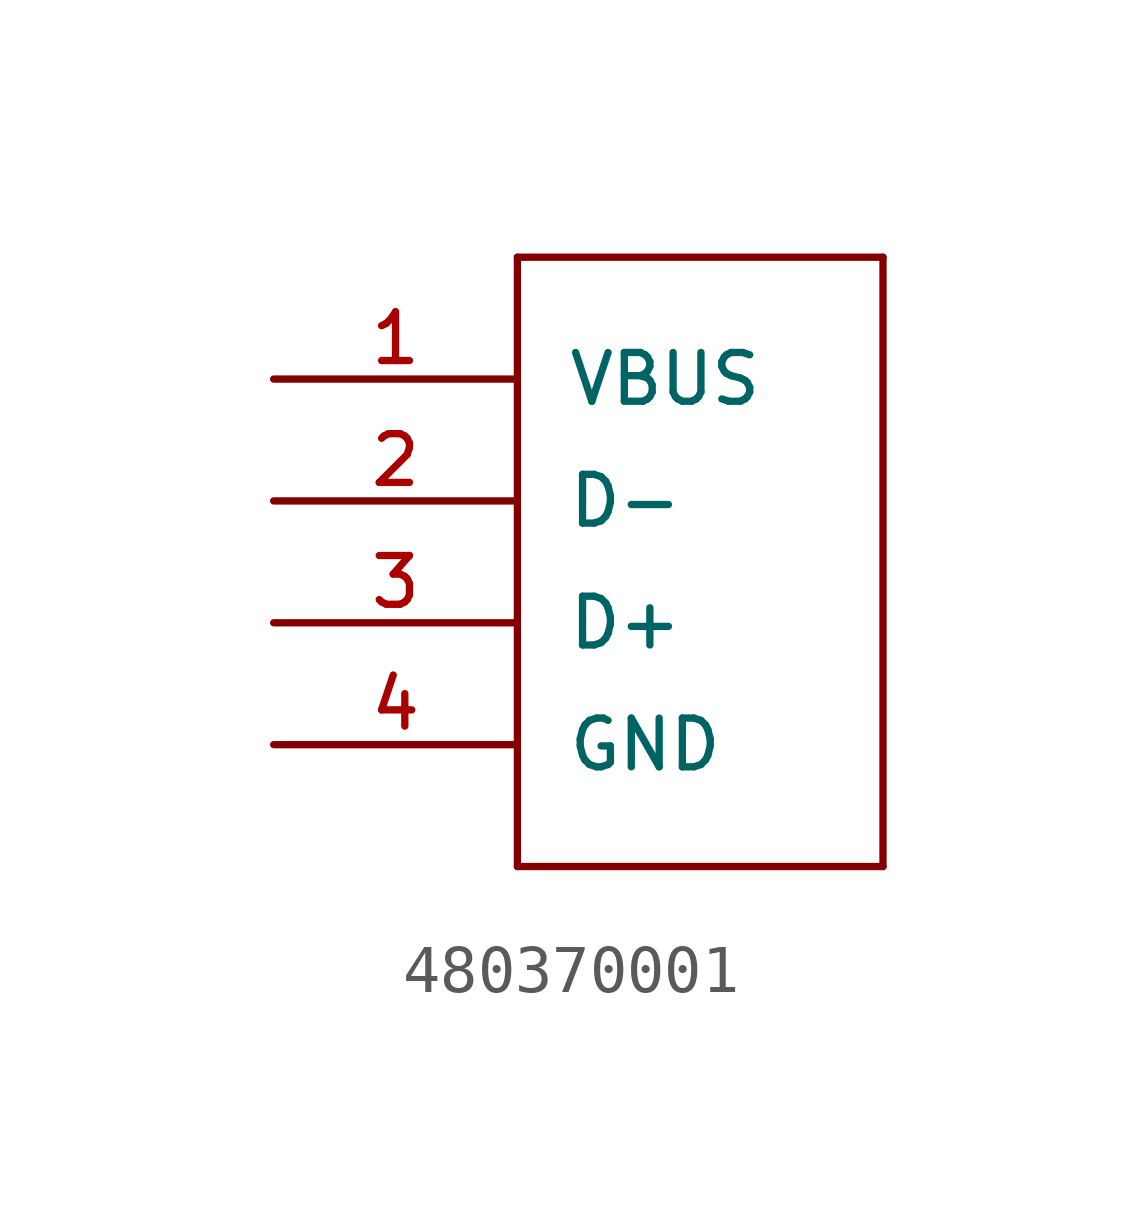
<source format=kicad_sym>
(kicad_symbol_lib
  (version 20241209)
  (generator "kicad_symbol_editor")
  (generator_version "9.0")
  (symbol "480370001"
    (pin_names
      (offset 1.016))
    (property "Reference" "J"
      (at 4.166 5.309 0)
      (effects (font (size 1.27 1.27)) (justify left bottom) (hide yes)))
    (symbol "480370001_0_0"
      (polyline (pts (xy -5.08 2.54) (xy -5.08 -10.16)) (stroke (width 0.152) (type default)) (fill (type none)))
      (polyline (pts (xy -5.08 -10.16) (xy 2.54 -10.16)) (stroke (width 0.152) (type default)) (fill (type none)))
      (polyline (pts (xy 2.54 2.54) (xy -5.08 2.54)) (stroke (width 0.152) (type default)) (fill (type none)))
      (polyline (pts (xy 2.54 -10.16) (xy 2.54 2.54)) (stroke (width 0.152) (type default)) (fill (type none))))
    (symbol "480370001_1_0"
      (pin power_out line (at -10.16 0 0) (length 5.08) (name "VBUS" (effects (font (size 1.016 1.016)))) (number "1" (effects (font (size 1.016 1.016)))))
      (pin passive line (at -10.16 -2.54 0) (length 5.08) (name "D-" (effects (font (size 1.016 1.016)))) (number "2" (effects (font (size 1.016 1.016)))))
      (pin passive line (at -10.16 -5.08 0) (length 5.08) (name "D+" (effects (font (size 1.016 1.016)))) (number "3" (effects (font (size 1.016 1.016)))))
      (pin power_out line (at -10.16 -7.62 0) (length 5.08) (name "GND" (effects (font (size 1.016 1.016)))) (number "4" (effects (font (size 1.016 1.016))))))))
</source>
